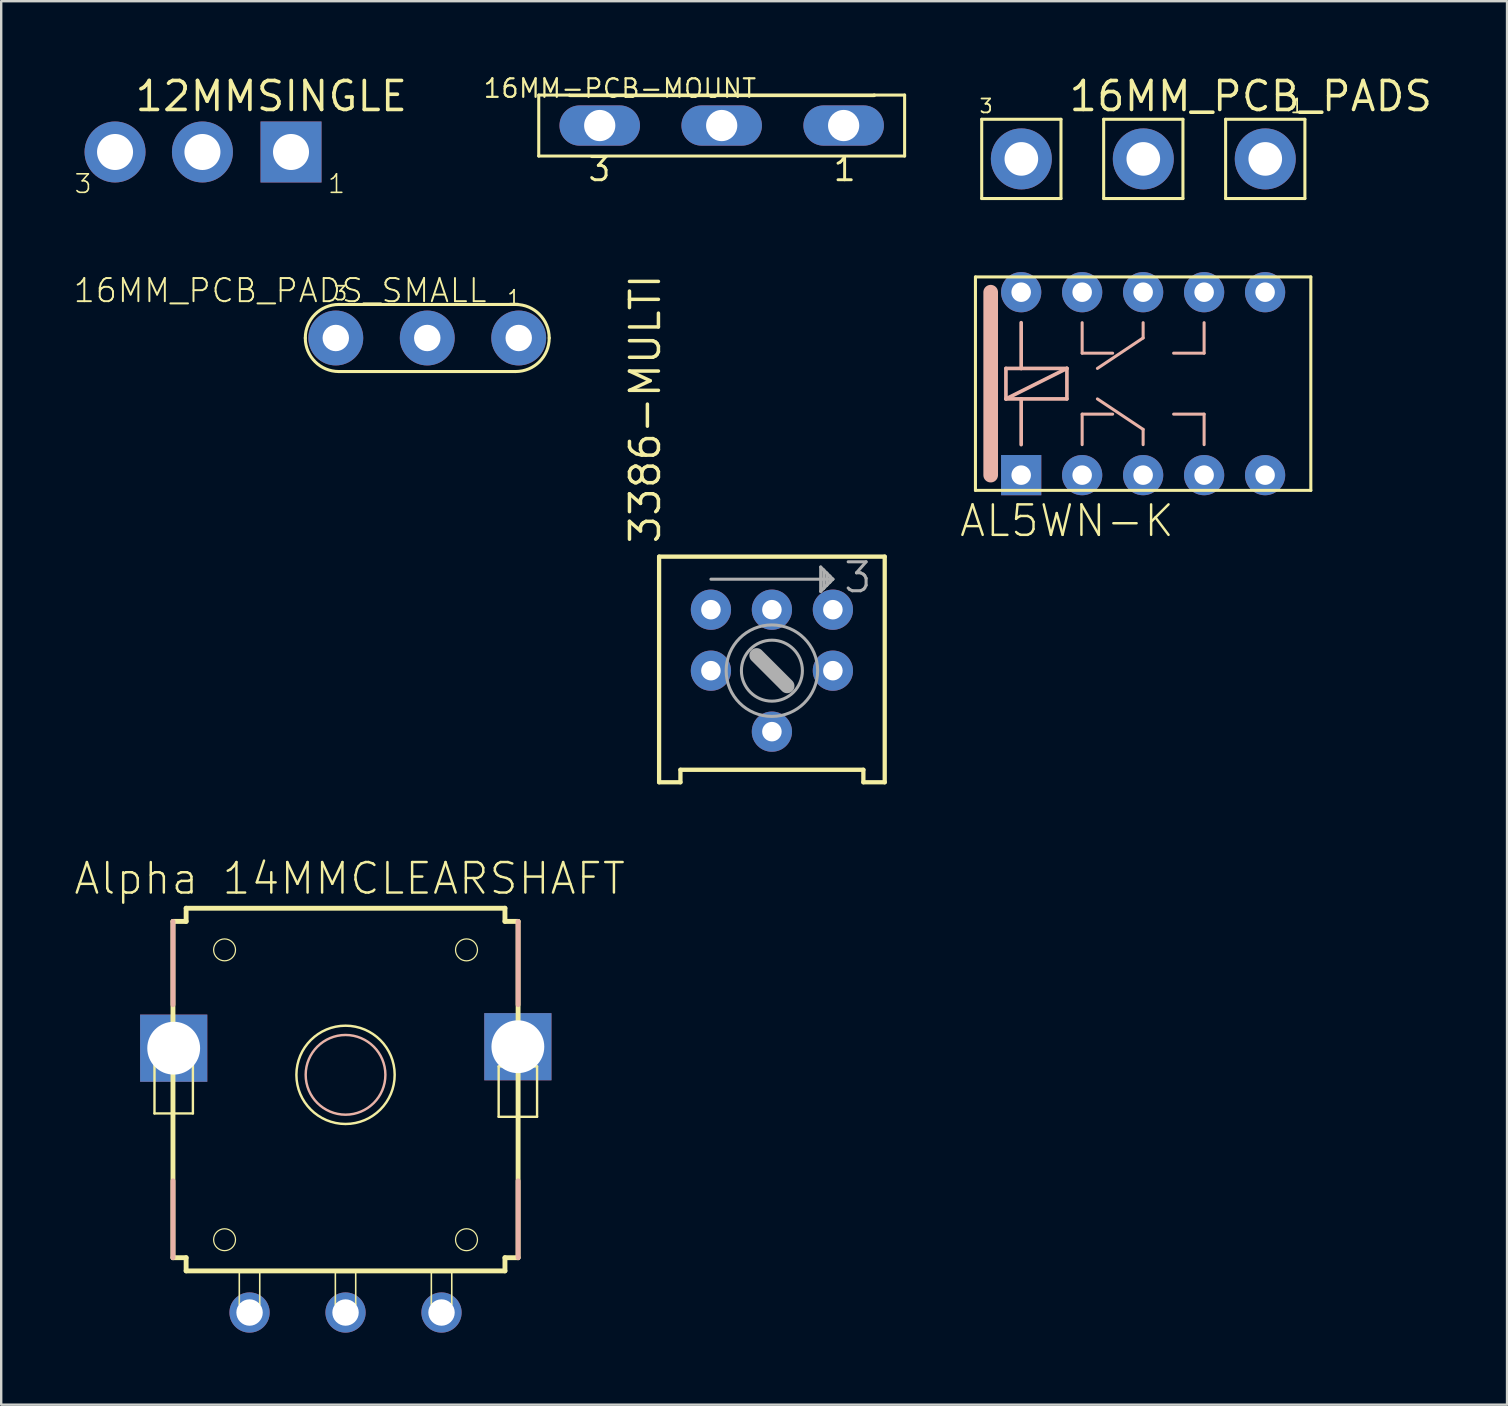
<source format=kicad_pcb>
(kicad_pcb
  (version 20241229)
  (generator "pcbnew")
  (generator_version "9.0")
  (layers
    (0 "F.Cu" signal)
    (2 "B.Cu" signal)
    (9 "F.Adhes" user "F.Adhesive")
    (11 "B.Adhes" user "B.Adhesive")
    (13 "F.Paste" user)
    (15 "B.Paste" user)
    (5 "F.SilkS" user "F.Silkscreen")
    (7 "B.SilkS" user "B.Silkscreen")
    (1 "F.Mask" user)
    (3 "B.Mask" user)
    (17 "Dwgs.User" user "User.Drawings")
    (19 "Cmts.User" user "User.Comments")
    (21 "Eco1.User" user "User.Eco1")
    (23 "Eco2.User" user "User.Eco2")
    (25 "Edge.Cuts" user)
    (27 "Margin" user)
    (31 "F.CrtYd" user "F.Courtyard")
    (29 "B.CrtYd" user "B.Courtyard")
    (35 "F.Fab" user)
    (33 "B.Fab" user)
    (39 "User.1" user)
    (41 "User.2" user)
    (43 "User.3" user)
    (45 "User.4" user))
  (footprint "AL5WN-K"
    (layer "F.Cu")
    (at 44.566 12.931)
    (property "Reference" "AL5WN-K" (at -3.175 5.715 0) (layer "F.SilkS") (effects (font (size 1.27 1.27) (thickness 0.102))))
    (attr exclude_from_pos_files exclude_from_bom)
    (fp_line (start -6.985 -4.445) (end 6.985 -4.445) (stroke (width 0.127) (type solid)) (layer "F.SilkS"))
    (fp_line (start -6.985 4.445) (end -6.985 -4.445) (stroke (width 0.127) (type solid)) (layer "F.SilkS"))
    (fp_line (start 6.985 -4.445) (end 6.985 4.445) (stroke (width 0.127) (type solid)) (layer "F.SilkS"))
    (fp_line (start 6.985 4.445) (end -6.985 4.445) (stroke (width 0.127) (type solid)) (layer "F.SilkS"))
    (fp_line (start -6.35 3.81) (end -6.35 -3.81) (stroke (width 0.61) (type solid)) (layer "B.SilkS"))
    (fp_line (start -5.715 -0.635) (end -5.715 0.635) (stroke (width 0.152) (type solid)) (layer "B.SilkS"))
    (fp_line (start -5.715 0.635) (end -5.08 0.635) (stroke (width 0.152) (type solid)) (layer "B.SilkS"))
    (fp_line (start -5.715 0.635) (end -3.175 -0.635) (stroke (width 0.152) (type solid)) (layer "B.SilkS"))
    (fp_line (start -5.08 -2.54) (end -5.08 -0.635) (stroke (width 0.152) (type solid)) (layer "B.SilkS"))
    (fp_line (start -5.08 -0.635) (end -5.715 -0.635) (stroke (width 0.152) (type solid)) (layer "B.SilkS"))
    (fp_line (start -5.08 0.635) (end -5.08 2.54) (stroke (width 0.152) (type solid)) (layer "B.SilkS"))
    (fp_line (start -5.08 0.635) (end -3.175 0.635) (stroke (width 0.152) (type solid)) (layer "B.SilkS"))
    (fp_line (start -3.175 -0.635) (end -5.08 -0.635) (stroke (width 0.152) (type solid)) (layer "B.SilkS"))
    (fp_line (start -3.175 0.635) (end -3.175 -0.635) (stroke (width 0.152) (type solid)) (layer "B.SilkS"))
    (fp_line (start -2.54 -2.54) (end -2.54 -1.27) (stroke (width 0.127) (type solid)) (layer "B.SilkS"))
    (fp_line (start -2.54 -1.27) (end -1.27 -1.27) (stroke (width 0.127) (type solid)) (layer "B.SilkS"))
    (fp_line (start -2.54 1.27) (end -1.27 1.27) (stroke (width 0.127) (type solid)) (layer "B.SilkS"))
    (fp_line (start -2.54 2.54) (end -2.54 1.27) (stroke (width 0.127) (type solid)) (layer "B.SilkS"))
    (fp_line (start 0 -2.54) (end 0 -1.905) (stroke (width 0.127) (type solid)) (layer "B.SilkS"))
    (fp_line (start 0 -1.905) (end -1.905 -0.635) (stroke (width 0.127) (type solid)) (layer "B.SilkS"))
    (fp_line (start 0 1.905) (end -1.905 0.635) (stroke (width 0.127) (type solid)) (layer "B.SilkS"))
    (fp_line (start 0 2.54) (end 0 1.905) (stroke (width 0.127) (type solid)) (layer "B.SilkS"))
    (fp_line (start 2.54 -2.54) (end 2.54 -1.27) (stroke (width 0.127) (type solid)) (layer "B.SilkS"))
    (fp_line (start 2.54 -1.27) (end 1.27 -1.27) (stroke (width 0.127) (type solid)) (layer "B.SilkS"))
    (fp_line (start 2.54 1.27) (end 1.27 1.27) (stroke (width 0.127) (type solid)) (layer "B.SilkS"))
    (fp_line (start 2.54 2.54) (end 2.54 1.27) (stroke (width 0.127) (type solid)) (layer "B.SilkS"))
    (pad "+" thru_hole rect (at -5.08 3.81) (size 1.676 1.676) (drill 0.813) (layers "*.Cu" "F.Mask" "F.Paste"))
    (pad "-" thru_hole circle (at -5.08 -3.81) (size 1.676 1.676) (drill 0.813) (layers "*.Cu" "*.Mask"))
    (pad "5" thru_hole circle (at 5.08 3.81) (size 1.676 1.676) (drill 0.813) (layers "*.Cu" "F.Mask" "F.Paste"))
    (pad "6" thru_hole circle (at 5.08 -3.81) (size 1.676 1.676) (drill 0.813) (layers "*.Cu" "F.Mask" "F.Paste"))
    (pad "O1" thru_hole circle (at -2.54 3.81) (size 1.676 1.676) (drill 0.813) (layers "*.Cu" "F.Mask" "F.Paste"))
    (pad "O2" thru_hole circle (at -2.54 -3.81) (size 1.676 1.676) (drill 0.813) (layers "*.Cu" "*.Mask"))
    (pad "P1" thru_hole circle (at 0 3.81) (size 1.676 1.676) (drill 0.813) (layers "*.Cu" "F.Mask" "F.Paste"))
    (pad "P2" thru_hole circle (at 0 -3.81) (size 1.676 1.676) (drill 0.813) (layers "*.Cu" "F.Mask" "F.Paste"))
    (pad "S1" thru_hole circle (at 2.54 3.81) (size 1.676 1.676) (drill 0.813) (layers "*.Cu" "F.Mask" "F.Paste"))
    (pad "S2" thru_hole circle (at 2.54 -3.81) (size 1.676 1.676) (drill 0.813) (layers "*.Cu" "F.Mask" "F.Paste")))
  (footprint "16MM_PCB_PADS"
    (layer "F.Cu")
    (at 44.573 3.569)
    (property "Reference" "16MM_PCB_PADS" (at -3.175 -1.905 0) (layer "F.SilkS") (effects (font (size 1.206 1.206) (thickness 0.152)) (justify left bottom)))
    (attr through_hole)
    (fp_line (start -6.731 -1.651) (end -6.731 1.651) (stroke (width 0.127) (type solid)) (layer "F.SilkS"))
    (fp_line (start -6.731 -1.651) (end -3.429 -1.651) (stroke (width 0.127) (type solid)) (layer "F.SilkS"))
    (fp_line (start -6.731 1.651) (end -3.429 1.651) (stroke (width 0.127) (type solid)) (layer "F.SilkS"))
    (fp_line (start -3.429 1.651) (end -3.429 -1.651) (stroke (width 0.127) (type solid)) (layer "F.SilkS"))
    (fp_line (start -1.651 -1.651) (end -1.651 1.651) (stroke (width 0.127) (type solid)) (layer "F.SilkS"))
    (fp_line (start -1.651 -1.651) (end 1.651 -1.651) (stroke (width 0.127) (type solid)) (layer "F.SilkS"))
    (fp_line (start -1.651 1.651) (end 1.651 1.651) (stroke (width 0.127) (type solid)) (layer "F.SilkS"))
    (fp_line (start 1.651 1.651) (end 1.651 -1.651) (stroke (width 0.127) (type solid)) (layer "F.SilkS"))
    (fp_line (start 3.429 -1.651) (end 3.429 1.651) (stroke (width 0.127) (type solid)) (layer "F.SilkS"))
    (fp_line (start 3.429 -1.651) (end 6.731 -1.651) (stroke (width 0.127) (type solid)) (layer "F.SilkS"))
    (fp_line (start 3.429 1.651) (end 6.731 1.651) (stroke (width 0.127) (type solid)) (layer "F.SilkS"))
    (fp_line (start 6.731 1.651) (end 6.731 -1.651) (stroke (width 0.127) (type solid)) (layer "F.SilkS"))
    (fp_text user "3" (at -6.223 -2.54 0) (layer "F.SilkS") (effects (font (size 0.579 0.579) (thickness 0.073)) (justify right top)))
    (fp_text user "1" (at 6.731 -2.54 0) (layer "F.SilkS") (effects (font (size 0.579 0.579) (thickness 0.073)) (justify right top)))
    (pad "1" thru_hole circle (at 5.08 0 180) (size 2.54 2.54) (drill 1.4) (layers "*.Cu" "*.Mask"))
    (pad "2" thru_hole circle (at 0 0 180) (size 2.54 2.54) (drill 1.4) (layers "*.Cu" "*.Mask"))
    (pad "3" thru_hole circle (at -5.08 0 180) (size 2.54 2.54) (drill 1.4) (layers "*.Cu" "*.Mask")))
  (footprint "12MMSINGLE"
    (layer "F.Cu")
    (at 5.382 3.281)
    (property "Reference" "12MMSINGLE" (at -2.89 -1.618 0) (layer "F.SilkS") (effects (font (size 1.206 1.206) (thickness 0.152)) (justify left bottom)))
    (attr through_hole)
    (fp_text user "1" (at 5.174 1.778 0) (layer "F.SilkS") (effects (font (size 0.772 0.772) (thickness 0.065)) (justify left bottom)))
    (fp_text user "3" (at -5.382 1.778 0) (layer "F.SilkS") (effects (font (size 0.772 0.772) (thickness 0.065)) (justify left bottom)))
    (pad "1" thru_hole rect (at 3.69 0 90) (size 2.54 2.54) (drill 1.5) (layers "*.Cu" "*.Mask"))
    (pad "2" thru_hole circle (at 0 0 90) (size 2.54 2.54) (drill 1.5) (layers "*.Cu" "*.Mask"))
    (pad "3" thru_hole circle (at -3.64 0 90) (size 2.54 2.54) (drill 1.5) (layers "*.Cu" "*.Mask")))
  (footprint "16MM_PCB_PADS_SMALL"
    (layer "F.Cu")
    (at 14.747 11.029)
    (property "Reference" "16MM_PCB_PADS_SMALL" (at 2.54 -2.54 0) (layer "F.SilkS") (effects (font (size 0.965 0.965) (thickness 0.081)) (justify right top)))
    (attr through_hole)
    (fp_line (start -3.683 -1.397) (end 3.683 -1.397) (stroke (width 0.127) (type solid)) (layer "F.SilkS"))
    (fp_line (start 3.683 1.397) (end -3.683 1.397) (stroke (width 0.127) (type solid)) (layer "F.SilkS"))
    (fp_arc (start -5.08 0) (mid -4.670915 -0.987916) (end -3.682998 -1.397) (stroke (width 0.127) (type solid)) (layer "F.SilkS"))
    (fp_arc (start -3.683 1.397) (mid -4.670916 0.987915) (end -5.08 -0.000002) (stroke (width 0.127) (type solid)) (layer "F.SilkS"))
    (fp_arc (start 3.683 -1.397) (mid 4.670887 -0.987887) (end 5.08 0) (stroke (width 0.127) (type solid)) (layer "F.SilkS"))
    (fp_arc (start 5.08 0) (mid 4.670887 0.987887) (end 3.683 1.397) (stroke (width 0.127) (type solid)) (layer "F.SilkS"))
    (fp_text user "1" (at 3.937 -2.032 0) (layer "F.SilkS") (effects (font (size 0.579 0.579) (thickness 0.073)) (justify right top)))
    (fp_text user "3" (at -3.937 -1.524 0) (layer "F.SilkS") (effects (font (size 0.579 0.579) (thickness 0.073)) (justify left bottom)))
    (pad "1" thru_hole circle (at 3.81 0 180) (size 2.286 2.286) (drill 1.1) (layers "*.Cu" "*.Mask"))
    (pad "2" thru_hole circle (at 0 0 180) (size 2.286 2.286) (drill 1.1) (layers "*.Cu" "*.Mask"))
    (pad "3" thru_hole circle (at -3.81 0 180) (size 2.286 2.286) (drill 1.1) (layers "*.Cu" "*.Mask")))
  (footprint "Alpha 14MMCLEARSHAFT"
    (layer "F.Cu")
    (at 11.343 42.719)
    (property "Reference" "Alpha 14MMCLEARSHAFT" (at 0.173 -9.174 0) (layer "F.SilkS") (effects (font (size 1.27 1.27) (thickness 0.102))))
    (attr exclude_from_pos_files exclude_from_bom)
    (fp_line (start -7.958 0.61) (end -7.958 -1.488) (stroke (width 0.1) (type solid)) (layer "F.SilkS"))
    (fp_line (start -7.188 6.619) (end -7.188 -7.389) (stroke (width 0.203) (type solid)) (layer "F.SilkS"))
    (fp_line (start -7.188 6.619) (end -6.64 6.619) (stroke (width 0.203) (type solid)) (layer "F.SilkS"))
    (fp_line (start -6.64 -7.938) (end -6.64 -7.389) (stroke (width 0.203) (type solid)) (layer "F.SilkS"))
    (fp_line (start -6.64 -7.938) (end 6.64 -7.938) (stroke (width 0.203) (type solid)) (layer "F.SilkS"))
    (fp_line (start -6.64 -7.389) (end -7.188 -7.389) (stroke (width 0.203) (type solid)) (layer "F.SilkS"))
    (fp_line (start -6.64 6.619) (end -6.64 7.168) (stroke (width 0.203) (type solid)) (layer "F.SilkS"))
    (fp_line (start -6.358 -1.488) (end -7.958 -1.488) (stroke (width 0.1) (type solid)) (layer "F.SilkS"))
    (fp_line (start -6.358 -1.488) (end -6.358 0.61) (stroke (width 0.1) (type solid)) (layer "F.SilkS"))
    (fp_line (start -6.358 0.61) (end -7.958 0.61) (stroke (width 0.1) (type solid)) (layer "F.SilkS"))
    (fp_line (start -4.425 7.229) (end -3.574 7.229) (stroke (width 0.066) (type solid)) (layer "F.SilkS"))
    (fp_line (start -4.425 8.555) (end -4.425 7.229) (stroke (width 0.066) (type solid)) (layer "F.SilkS"))
    (fp_line (start -4.425 8.555) (end -3.574 8.555) (stroke (width 0.066) (type solid)) (layer "F.SilkS"))
    (fp_line (start -3.574 8.555) (end -3.574 7.229) (stroke (width 0.066) (type solid)) (layer "F.SilkS"))
    (fp_line (start -0.424 7.229) (end 0.424 7.229) (stroke (width 0.066) (type solid)) (layer "F.SilkS"))
    (fp_line (start -0.424 8.555) (end -0.424 7.229) (stroke (width 0.066) (type solid)) (layer "F.SilkS"))
    (fp_line (start -0.424 8.555) (end 0.424 8.555) (stroke (width 0.066) (type solid)) (layer "F.SilkS"))
    (fp_line (start 0.424 8.555) (end 0.424 7.229) (stroke (width 0.066) (type solid)) (layer "F.SilkS"))
    (fp_line (start 3.574 7.229) (end 4.425 7.229) (stroke (width 0.066) (type solid)) (layer "F.SilkS"))
    (fp_line (start 3.574 8.555) (end 3.574 7.229) (stroke (width 0.066) (type solid)) (layer "F.SilkS"))
    (fp_line (start 3.574 8.555) (end 4.425 8.555) (stroke (width 0.066) (type solid)) (layer "F.SilkS"))
    (fp_line (start 4.425 8.555) (end 4.425 7.229) (stroke (width 0.066) (type solid)) (layer "F.SilkS"))
    (fp_line (start 6.378 0.749) (end 6.378 -1.349) (stroke (width 0.1) (type solid)) (layer "F.SilkS"))
    (fp_line (start 6.64 -7.389) (end 6.64 -7.938) (stroke (width 0.203) (type solid)) (layer "F.SilkS"))
    (fp_line (start 6.64 6.619) (end 7.188 6.619) (stroke (width 0.203) (type solid)) (layer "F.SilkS"))
    (fp_line (start 6.64 7.168) (end -6.64 7.168) (stroke (width 0.203) (type solid)) (layer "F.SilkS"))
    (fp_line (start 6.64 7.168) (end 6.64 6.619) (stroke (width 0.203) (type solid)) (layer "F.SilkS"))
    (fp_line (start 7.188 -7.389) (end 6.64 -7.389) (stroke (width 0.203) (type solid)) (layer "F.SilkS"))
    (fp_line (start 7.188 -7.389) (end 7.188 6.619) (stroke (width 0.203) (type solid)) (layer "F.SilkS"))
    (fp_line (start 7.978 -1.349) (end 6.378 -1.349) (stroke (width 0.1) (type solid)) (layer "F.SilkS"))
    (fp_line (start 7.978 -1.349) (end 7.978 0.749) (stroke (width 0.1) (type solid)) (layer "F.SilkS"))
    (fp_line (start 7.978 0.749) (end 6.378 0.749) (stroke (width 0.1) (type solid)) (layer "F.SilkS"))
    (fp_circle (center -5.039 -6.203) (end -4.583 -6.203) (stroke (width 0.051) (type solid)) (fill no) (layer "F.SilkS"))
    (fp_circle (center -5.039 5.87) (end -4.583 5.87) (stroke (width 0.051) (type solid)) (fill no) (layer "F.SilkS"))
    (fp_circle (center 0 -0.998) (end 2.047 -0.998) (stroke (width 0.102) (type solid)) (fill no) (layer "F.SilkS"))
    (fp_circle (center 5.039 -6.203) (end 5.496 -6.203) (stroke (width 0.051) (type solid)) (fill no) (layer "F.SilkS"))
    (fp_circle (center 5.039 5.87) (end 5.496 5.87) (stroke (width 0.051) (type solid)) (fill no) (layer "F.SilkS"))
    (fp_line (start -7.188 -3.919) (end -7.188 -7.389) (stroke (width 0.203) (type solid)) (layer "B.SilkS"))
    (fp_line (start -7.188 6.619) (end -7.188 3.419) (stroke (width 0.203) (type solid)) (layer "B.SilkS"))
    (fp_line (start 7.188 -7.389) (end 7.188 -3.919) (stroke (width 0.203) (type solid)) (layer "B.SilkS"))
    (fp_line (start 7.188 3.419) (end 7.188 6.619) (stroke (width 0.203) (type solid)) (layer "B.SilkS"))
    (fp_circle (center 0 -0.998) (end 1.66 -0.998) (stroke (width 0.102) (type solid)) (fill no) (layer "B.SilkS"))
    (pad "1" thru_hole circle (at -3.998 8.903) (size 1.676 1.676) (drill 1.1) (layers "*.Cu" "F.Mask" "F.Paste"))
    (pad "2" thru_hole circle (at 0 8.903) (size 1.676 1.676) (drill 1.1) (layers "*.Cu" "F.Mask" "F.Paste"))
    (pad "3" thru_hole circle (at 3.998 8.903) (size 1.676 1.676) (drill 1.1) (layers "*.Cu" "F.Mask" "F.Paste"))
    (pad "M1" thru_hole rect (at 7.178 -2.169) (size 2.799 2.799) (drill 2.2) (layers "*.Cu" "F.Mask" "F.Paste"))
    (pad "M2" thru_hole rect (at -7.158 -2.108) (size 2.799 2.799) (drill 2.2) (layers "*.Cu" "F.Mask" "F.Paste")))
  (footprint "16MM-PCB-MOUNT"
    (layer "F.Cu")
    (at 27.011 2.179)
    (property "Reference" "16MM-PCB-MOUNT" (at 1.5 -2 180) (layer "F.SilkS") (effects (font (size 0.772 0.772) (thickness 0.093)) (justify right top)))
    (attr through_hole)
    (fp_line (start -7.62 -1.27) (end -7.62 1.27) (stroke (width 0.127) (type solid)) (layer "F.SilkS"))
    (fp_line (start -7.62 1.27) (end 7.62 1.27) (stroke (width 0.127) (type solid)) (layer "F.SilkS"))
    (fp_line (start -6.35 -1.27) (end -7.62 -1.27) (stroke (width 0.127) (type solid)) (layer "F.SilkS"))
    (fp_line (start 6.355 -1.26) (end -6.325 -1.26) (stroke (width 0.152) (type solid)) (layer "F.SilkS"))
    (fp_line (start 7.62 -1.27) (end 6.35 -1.27) (stroke (width 0.127) (type solid)) (layer "F.SilkS"))
    (fp_line (start 7.62 1.27) (end 7.62 -1.27) (stroke (width 0.127) (type solid)) (layer "F.SilkS"))
    (fp_text user "3" (at -4.553 1.254 0) (layer "F.SilkS") (effects (font (size 0.965 0.965) (thickness 0.122)) (justify right top)))
    (fp_text user "1" (at 5.661 1.254 0) (layer "F.SilkS") (effects (font (size 0.965 0.965) (thickness 0.122)) (justify right top)))
    (pad "1" thru_hole oval (at 5.08 0 180) (size 3.353 1.676) (drill 1.3) (layers "*.Cu" "*.Mask"))
    (pad "2" thru_hole oval (at 0 0 180) (size 3.353 1.676) (drill 1.3) (layers "*.Cu" "*.Mask"))
    (pad "3" thru_hole oval (at -5.08 0 180) (size 3.353 1.676) (drill 1.3) (layers "*.Cu" "*.Mask")))
  (footprint "3386-MULTI"
    (layer "F.Cu")
    (at 29.103 24.886)
    (property "Reference" "3386-MULTI" (at -4.572 -5.207 270) (layer "F.SilkS") (effects (font (size 1.206 1.206) (thickness 0.145)) (justify left bottom)))
    (attr through_hole)
    (fp_line (start -4.699 -4.75) (end -4.699 4.648) (stroke (width 0.178) (type solid)) (layer "F.SilkS"))
    (fp_line (start -4.699 4.648) (end -3.81 4.648) (stroke (width 0.178) (type solid)) (layer "F.SilkS"))
    (fp_line (start -3.81 4.128) (end 3.81 4.128) (stroke (width 0.178) (type solid)) (layer "F.SilkS"))
    (fp_line (start -3.81 4.648) (end -3.81 4.128) (stroke (width 0.178) (type solid)) (layer "F.SilkS"))
    (fp_line (start 3.81 4.128) (end 3.81 4.648) (stroke (width 0.178) (type solid)) (layer "F.SilkS"))
    (fp_line (start 4.699 -4.75) (end -4.699 -4.75) (stroke (width 0.178) (type solid)) (layer "F.SilkS"))
    (fp_line (start 4.699 4.648) (end 3.81 4.648) (stroke (width 0.178) (type solid)) (layer "F.SilkS"))
    (fp_line (start 4.699 4.648) (end 4.699 -4.75) (stroke (width 0.178) (type solid)) (layer "F.SilkS"))
    (fp_line (start 0.635 0.635) (end -0.635 -0.635) (stroke (width 0.61) (type solid)) (layer "F.Fab"))
    (fp_line (start 2.032 -4.318) (end 2.032 -3.302) (stroke (width 0.127) (type solid)) (layer "F.Fab"))
    (fp_line (start 2.032 -3.302) (end 2.159 -3.429) (stroke (width 0.127) (type solid)) (layer "F.Fab"))
    (fp_line (start 2.159 -4.191) (end 2.032 -4.318) (stroke (width 0.127) (type solid)) (layer "F.Fab"))
    (fp_line (start 2.159 -3.81) (end -2.54 -3.81) (stroke (width 0.127) (type solid)) (layer "F.Fab"))
    (fp_line (start 2.159 -3.81) (end 2.159 -4.191) (stroke (width 0.127) (type solid)) (layer "F.Fab"))
    (fp_line (start 2.159 -3.429) (end 2.159 -3.81) (stroke (width 0.127) (type solid)) (layer "F.Fab"))
    (fp_line (start 2.286 -4.064) (end 2.159 -4.191) (stroke (width 0.127) (type solid)) (layer "F.Fab"))
    (fp_line (start 2.286 -3.556) (end 2.159 -3.429) (stroke (width 0.127) (type solid)) (layer "F.Fab"))
    (fp_line (start 2.286 -3.556) (end 2.286 -4.064) (stroke (width 0.127) (type solid)) (layer "F.Fab"))
    (fp_line (start 2.413 -3.937) (end 2.286 -4.064) (stroke (width 0.127) (type solid)) (layer "F.Fab"))
    (fp_line (start 2.413 -3.683) (end 2.286 -3.556) (stroke (width 0.127) (type solid)) (layer "F.Fab"))
    (fp_line (start 2.413 -3.683) (end 2.413 -3.937) (stroke (width 0.127) (type solid)) (layer "F.Fab"))
    (fp_line (start 2.54 -3.81) (end 2.159 -3.81) (stroke (width 0.127) (type solid)) (layer "F.Fab"))
    (fp_line (start 2.54 -3.81) (end 2.413 -3.937) (stroke (width 0.127) (type solid)) (layer "F.Fab"))
    (fp_line (start 2.54 -3.81) (end 2.413 -3.683) (stroke (width 0.127) (type solid)) (layer "F.Fab"))
    (fp_circle (center 0 0) (end 1.27 0) (stroke (width 0.127) (type solid)) (fill no) (layer "F.Fab"))
    (fp_circle (center 0 0) (end 1.905 0) (stroke (width 0.127) (type solid)) (fill no) (layer "F.Fab"))
    (fp_text user "3" (at 2.921 -3.175 0) (layer "F.Fab") (effects (font (size 1.206 1.206) (thickness 0.127)) (justify left bottom)))
    (pad "1" thru_hole circle (at -2.54 0) (size 1.676 1.676) (drill 0.813) (layers "*.Cu" "*.Mask"))
    (pad "2" thru_hole circle (at 0 2.54) (size 1.676 1.676) (drill 0.813) (layers "*.Cu" "*.Mask"))
    (pad "3" thru_hole circle (at 2.54 0) (size 1.676 1.676) (drill 0.813) (layers "*.Cu" "*.Mask"))
    (pad "4" thru_hole circle (at -2.54 -2.54) (size 1.676 1.676) (drill 0.813) (layers "*.Cu" "*.Mask"))
    (pad "5" thru_hole circle (at 0 -2.54) (size 1.676 1.676) (drill 0.813) (layers "*.Cu" "*.Mask"))
    (pad "6" thru_hole circle (at 2.54 -2.54) (size 1.676 1.676) (drill 0.813) (layers "*.Cu" "*.Mask")))
  (gr_rect
    (start -3 -3)
    (end 59.724 55.46)
    (stroke (width 0.1) (type default))
    (fill no)
    (layer "Edge.Cuts")))
</source>
